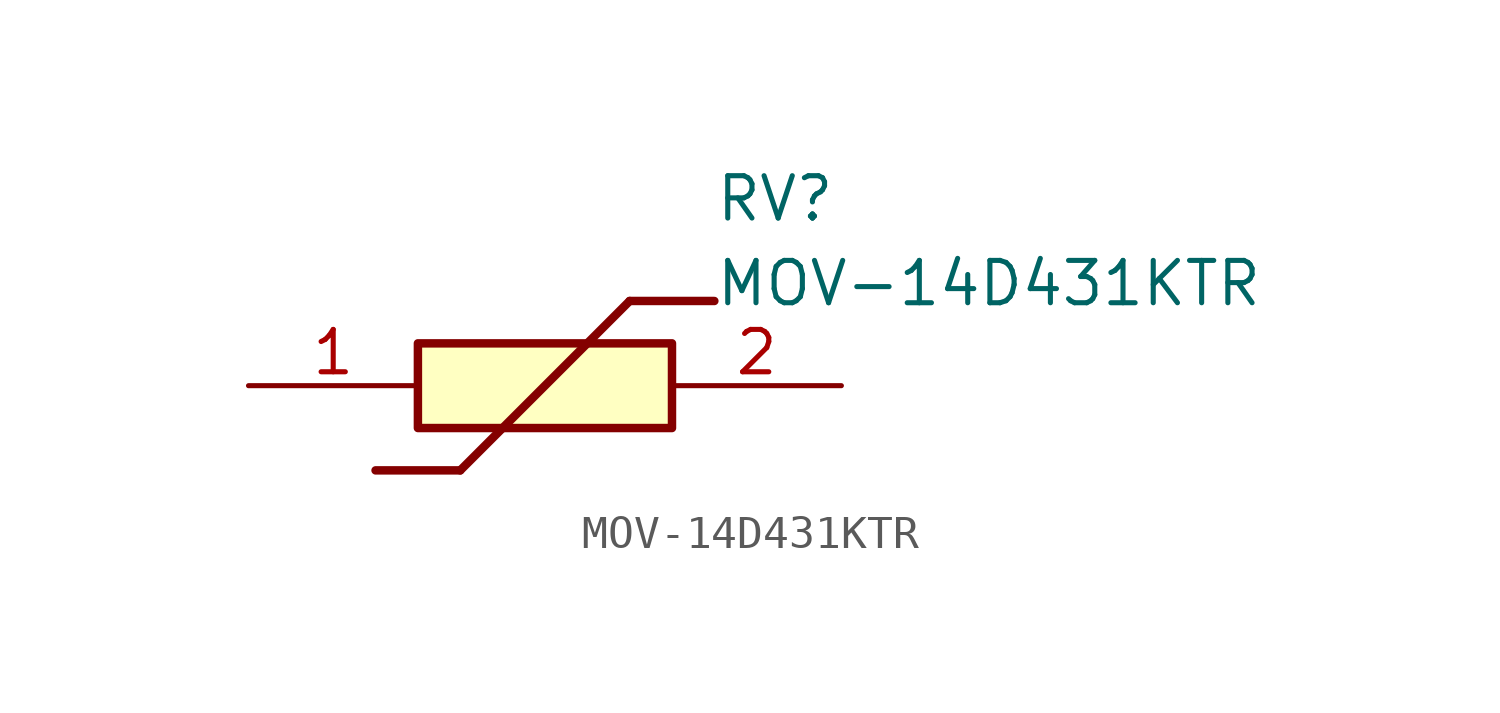
<source format=kicad_sym>
(kicad_symbol_lib
  (version 20211014)
  (generator SamacSys_ECAD_Model)
  (symbol "MOV-14D431KTR"
    (pin_names hide)
    (property "Reference" "RV"
      (at 13.97 6.35 0)
      (effects (font (size 1.27 1.27)) (justify left top)))
    (property "Value" "MOV-14D431KTR"
      (at 13.97 3.81 0)
      (effects (font (size 1.27 1.27)) (justify left top)))
    (rectangle
      (start 5.08 1.27)
      (end 12.7 -1.27)
      (stroke (width 0.254) (type default))
      (fill (type background)))
    (polyline
      (pts (xy 3.81 -2.54) (xy 6.35 -2.54))
      (stroke (width 0.254) (type default))
      (fill (type none)))
    (polyline
      (pts (xy 11.43 2.54) (xy 6.35 -2.54))
      (stroke (width 0.254) (type default))
      (fill (type none)))
    (polyline
      (pts (xy 11.43 2.54) (xy 13.97 2.54))
      (stroke (width 0.254) (type default))
      (fill (type none)))
    (pin passive line
      (at 0 0 0)
      (length 5.08)
      (name "1" (effects (font (size 1.27 1.27))))
      (number "1" (effects (font (size 1.27 1.27)))))
    (pin passive line
      (at 17.78 0 180)
      (length 5.08)
      (name "2" (effects (font (size 1.27 1.27))))
      (number "2" (effects (font (size 1.27 1.27)))))))
</source>
